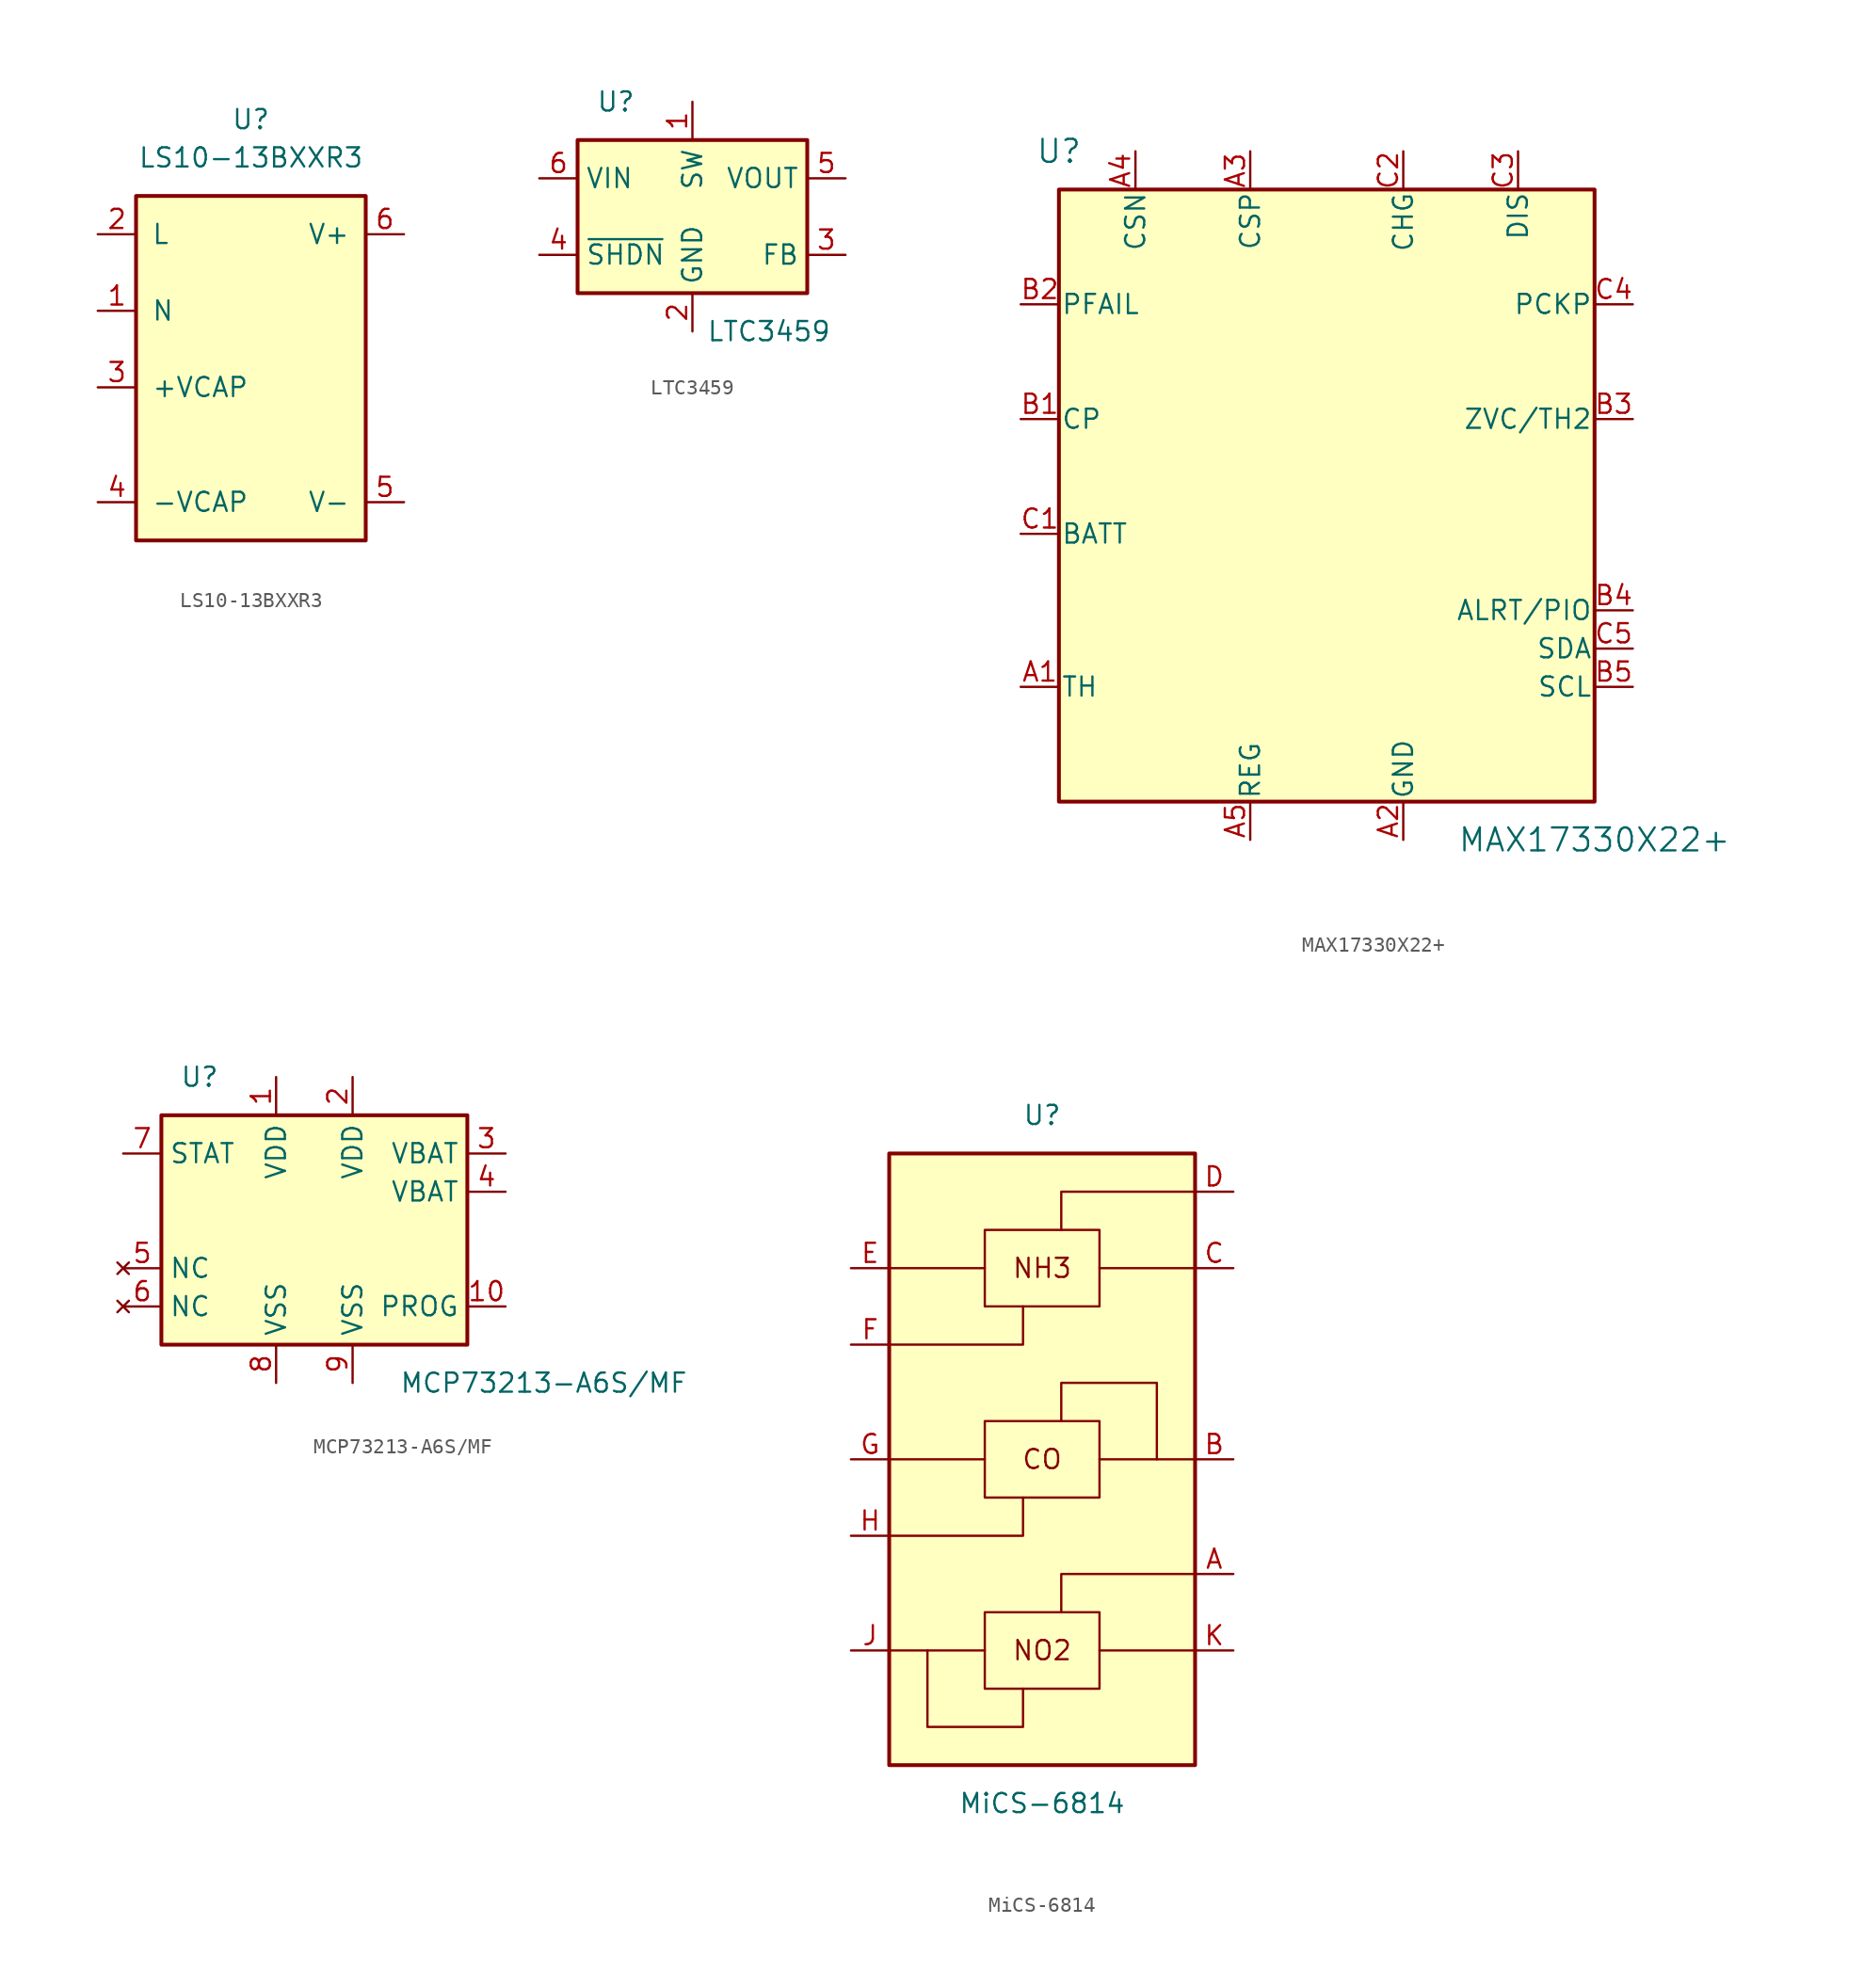
<source format=kicad_sym>
(kicad_symbol_lib
  (version 20231120)
  (generator "kicad_symbol_editor")
  (generator_version "8.0")
  (symbol "LS10-13BXXR3"
    (pin_names
      (offset 1.016))
    (property "Reference" "U"
      (at 0 16.51 0)
      (effects (font (size 1.27 1.27))))
    (property "Value" "LS10-13BXXR3"
      (at 0 13.97 0)
      (effects (font (size 1.27 1.27))))
    (symbol "LS10-13BXXR3_1_1"
      (rectangle (start -7.62 11.43) (end 7.62 -11.43) (stroke (width 0.254) (type default)) (fill (type background)))
      (pin power_in line (at -10.16 3.81 0) (length 2.54) (name "N" (effects (font (size 1.27 1.27)))) (number "1" (effects (font (size 1.27 1.27)))))
      (pin power_in line (at -10.16 8.89 0) (length 2.54) (name "L" (effects (font (size 1.27 1.27)))) (number "2" (effects (font (size 1.27 1.27)))))
      (pin passive line (at -10.16 -1.27 0) (length 2.54) (name "+VCAP" (effects (font (size 1.27 1.27)))) (number "3" (effects (font (size 1.27 1.27)))))
      (pin passive line (at -10.16 -8.89 0) (length 2.54) (name "-VCAP" (effects (font (size 1.27 1.27)))) (number "4" (effects (font (size 1.27 1.27)))))
      (pin power_out line (at 10.16 -8.89 180) (length 2.54) (name "V-" (effects (font (size 1.27 1.27)))) (number "5" (effects (font (size 1.27 1.27)))))
      (pin power_out line (at 10.16 8.89 180) (length 2.54) (name "V+" (effects (font (size 1.27 1.27)))) (number "6" (effects (font (size 1.27 1.27)))))))
  (symbol "LTC3459"
    (property "Reference" "U"
      (at -5.08 7.62 0)
      (effects (font (size 1.27 1.27))))
    (property "Value" "LTC3459"
      (at 5.08 -7.62 0)
      (effects (font (size 1.27 1.27))))
    (symbol "LTC3459_1_1"
      (rectangle (start -7.62 5.08) (end 7.62 -5.08) (stroke (width 0.254) (type default)) (fill (type background)))
      (pin input line (at 0 7.62 270) (length 2.54) (name "SW" (effects (font (size 1.27 1.27)))) (number "1" (effects (font (size 1.27 1.27)))))
      (pin power_in line (at 0 -7.62 90) (length 2.54) (name "GND" (effects (font (size 1.27 1.27)))) (number "2" (effects (font (size 1.27 1.27)))))
      (pin input line (at 10.16 -2.54 180) (length 2.54) (name "FB" (effects (font (size 1.27 1.27)))) (number "3" (effects (font (size 1.27 1.27)))))
      (pin input line (at -10.16 -2.54 0) (length 2.54) (name "~{SHDN}" (effects (font (size 1.27 1.27)))) (number "4" (effects (font (size 1.27 1.27)))))
      (pin power_out line (at 10.16 2.54 180) (length 2.54) (name "VOUT" (effects (font (size 1.27 1.27)))) (number "5" (effects (font (size 1.27 1.27)))))
      (pin power_in line (at -10.16 2.54 0) (length 2.54) (name "VIN" (effects (font (size 1.27 1.27)))) (number "6" (effects (font (size 1.27 1.27)))))))
  (symbol "MAX17330X22+"
    (pin_names
      (offset 0.127))
    (property "Reference" "U"
      (at -17.78 25.4 0)
      (effects (font (size 1.524 1.524))))
    (property "Value" "MAX17330X22+"
      (at 17.78 -20.32 0)
      (effects (font (size 1.524 1.524))))
    (symbol "MAX17330X22+_1_1"
      (rectangle (start -17.78 22.86) (end 17.78 -17.78) (stroke (width 0.254) (type default)) (fill (type background)))
      (pin unspecified line (at -20.32 -10.16 0) (length 2.54) (name "TH" (effects (font (size 1.27 1.27)))) (number "A1" (effects (font (size 1.27 1.27)))))
      (pin power_in line (at 5.08 -20.32 90) (length 2.54) (name "GND" (effects (font (size 1.27 1.27)))) (number "A2" (effects (font (size 1.27 1.27)))))
      (pin input line (at -5.08 25.4 270) (length 2.54) (name "CSP" (effects (font (size 1.27 1.27)))) (number "A3" (effects (font (size 1.27 1.27)))))
      (pin input line (at -12.7 25.4 270) (length 2.54) (name "CSN" (effects (font (size 1.27 1.27)))) (number "A4" (effects (font (size 1.27 1.27)))))
      (pin power_in line (at -5.08 -20.32 90) (length 2.54) (name "REG" (effects (font (size 1.27 1.27)))) (number "A5" (effects (font (size 1.27 1.27)))))
      (pin output line (at -20.32 7.62 0) (length 2.54) (name "CP" (effects (font (size 1.27 1.27)))) (number "B1" (effects (font (size 1.27 1.27)))))
      (pin unspecified line (at -20.32 15.24 0) (length 2.54) (name "PFAIL" (effects (font (size 1.27 1.27)))) (number "B2" (effects (font (size 1.27 1.27)))))
      (pin input line (at 20.32 7.62 180) (length 2.54) (name "ZVC/TH2" (effects (font (size 1.27 1.27)))) (number "B3" (effects (font (size 1.27 1.27)))))
      (pin output line (at 20.32 -5.08 180) (length 2.54) (name "ALRT/PIO" (effects (font (size 1.27 1.27)))) (number "B4" (effects (font (size 1.27 1.27)))))
      (pin input line (at 20.32 -10.16 180) (length 2.54) (name "SCL" (effects (font (size 1.27 1.27)))) (number "B5" (effects (font (size 1.27 1.27)))))
      (pin power_in line (at -20.32 0 0) (length 2.54) (name "BATT" (effects (font (size 1.27 1.27)))) (number "C1" (effects (font (size 1.27 1.27)))))
      (pin unspecified line (at 5.08 25.4 270) (length 2.54) (name "CHG" (effects (font (size 1.27 1.27)))) (number "C2" (effects (font (size 1.27 1.27)))))
      (pin unspecified line (at 12.7 25.4 270) (length 2.54) (name "DIS" (effects (font (size 1.27 1.27)))) (number "C3" (effects (font (size 1.27 1.27)))))
      (pin unspecified line (at 20.32 15.24 180) (length 2.54) (name "PCKP" (effects (font (size 1.27 1.27)))) (number "C4" (effects (font (size 1.27 1.27)))))
      (pin bidirectional line (at 20.32 -7.62 180) (length 2.54) (name "SDA" (effects (font (size 1.27 1.27)))) (number "C5" (effects (font (size 1.27 1.27)))))))
  (symbol "MCP73213-A6S/MF"
    (property "Reference" "U"
      (at -7.62 10.16 0)
      (effects (font (size 1.27 1.27))))
    (property "Value" "MCP73213-A6S{slash}MF"
      (at 15.24 -10.16 0)
      (effects (font (size 1.27 1.27))))
    (symbol "MCP73213-A6S/MF_1_1"
      (rectangle (start -10.16 7.62) (end 10.16 -7.62) (stroke (width 0.254) (type default)) (fill (type background)))
      (pin power_in line (at -2.54 10.16 270) (length 2.54) (name "VDD" (effects (font (size 1.27 1.27)))) (number "1" (effects (font (size 1.27 1.27)))))
      (pin input line (at 12.7 -5.08 180) (length 2.54) (name "PROG" (effects (font (size 1.27 1.27)))) (number "10" (effects (font (size 1.27 1.27)))))
      (pin input line (at -2.54 -10.16 90) (length 2.54) hide (name "TP" (effects (font (size 1.27 1.27)))) (number "11" (effects (font (size 1.27 1.27)))))
      (pin power_in line (at 2.54 10.16 270) (length 2.54) (name "VDD" (effects (font (size 1.27 1.27)))) (number "2" (effects (font (size 1.27 1.27)))))
      (pin power_out line (at 12.7 5.08 180) (length 2.54) (name "VBAT" (effects (font (size 1.27 1.27)))) (number "3" (effects (font (size 1.27 1.27)))))
      (pin power_out line (at 12.7 2.54 180) (length 2.54) (name "VBAT" (effects (font (size 1.27 1.27)))) (number "4" (effects (font (size 1.27 1.27)))))
      (pin no_connect line (at -12.7 -2.54 0) (length 2.54) (name "NC" (effects (font (size 1.27 1.27)))) (number "5" (effects (font (size 1.27 1.27)))))
      (pin no_connect line (at -12.7 -5.08 0) (length 2.54) (name "NC" (effects (font (size 1.27 1.27)))) (number "6" (effects (font (size 1.27 1.27)))))
      (pin output line (at -12.7 5.08 0) (length 2.54) (name "STAT" (effects (font (size 1.27 1.27)))) (number "7" (effects (font (size 1.27 1.27)))))
      (pin power_in line (at -2.54 -10.16 90) (length 2.54) (name "VSS" (effects (font (size 1.27 1.27)))) (number "8" (effects (font (size 1.27 1.27)))))
      (pin power_in line (at 2.54 -10.16 90) (length 2.54) (name "VSS" (effects (font (size 1.27 1.27)))) (number "9" (effects (font (size 1.27 1.27)))))))
  (symbol "MiCS-6814"
    (pin_names
      (offset 1.016))
    (property "Reference" "U"
      (at 0 22.86 0)
      (effects (font (size 1.27 1.27))))
    (property "Value" "MiCS-6814"
      (at 0 -22.86 0)
      (effects (font (size 1.27 1.27))))
    (symbol "MiCS-6814_0_0"
      (rectangle (start -3.81 -10.16) (end 3.81 -15.24) (stroke (width 0) (type default)) (fill (type none)))
      (rectangle (start -3.81 2.54) (end 3.81 -2.54) (stroke (width 0) (type default)) (fill (type none)))
      (polyline (pts (xy -10.16 -12.7) (xy -3.81 -12.7)) (stroke (width 0) (type default)) (fill (type none)))
      (polyline (pts (xy -10.16 0) (xy -3.81 0)) (stroke (width 0) (type default)) (fill (type none)))
      (polyline (pts (xy -10.16 12.7) (xy -3.81 12.7)) (stroke (width 0) (type default)) (fill (type none)))
      (polyline (pts (xy 10.16 -12.7) (xy 3.81 -12.7)) (stroke (width 0) (type default)) (fill (type none)))
      (polyline (pts (xy 10.16 0) (xy 3.81 0)) (stroke (width 0) (type default)) (fill (type none)))
      (polyline (pts (xy 10.16 12.7) (xy 3.81 12.7)) (stroke (width 0) (type default)) (fill (type none)))
      (polyline (pts (xy -10.16 -5.08) (xy -1.27 -5.08) (xy -1.27 -2.54)) (stroke (width 0) (type default)) (fill (type none)))
      (polyline (pts (xy 10.16 -7.62) (xy 1.27 -7.62) (xy 1.27 -10.16)) (stroke (width 0) (type default)) (fill (type none)))
      (polyline (pts (xy 10.16 17.78) (xy 1.27 17.78) (xy 1.27 15.24)) (stroke (width 0) (type default)) (fill (type none)))
      (polyline (pts (xy -10.16 7.62) (xy -1.27 7.62) (xy -1.27 8.89) (xy -1.27 10.16)) (stroke (width 0) (type default)) (fill (type none)))
      (polyline (pts (xy -1.27 -15.24) (xy -1.27 -17.78) (xy -7.62 -17.78) (xy -7.62 -15.24) (xy -7.62 -12.7)) (stroke (width 0) (type default)) (fill (type none)))
      (polyline (pts (xy 1.27 2.54) (xy 1.27 5.08) (xy 7.62 5.08) (xy 7.62 2.54) (xy 7.62 0)) (stroke (width 0) (type default)) (fill (type none)))
      (rectangle (start 3.81 10.16) (end -3.81 15.24) (stroke (width 0) (type default)) (fill (type none)))
      (text "CO" (at 0 0 0) (effects (font (size 1.27 1.27))))
      (text "NH3" (at 0 12.7 0) (effects (font (size 1.27 1.27))))
      (text "NO2" (at 0 -12.7 0) (effects (font (size 1.27 1.27)))))
    (symbol "MiCS-6814_0_1"
      (rectangle (start 10.16 20.32) (end -10.16 -20.32) (stroke (width 0.254) (type default)) (fill (type background))))
    (symbol "MiCS-6814_1_1"
      (pin input line (at 12.7 -7.62 180) (length 2.54) (name "~" (effects (font (size 1.27 1.27)))) (number "A" (effects (font (size 1.27 1.27)))))
      (pin input line (at 12.7 0 180) (length 2.54) (name "~" (effects (font (size 1.27 1.27)))) (number "B" (effects (font (size 1.27 1.27)))))
      (pin input line (at 12.7 12.7 180) (length 2.54) (name "~" (effects (font (size 1.27 1.27)))) (number "C" (effects (font (size 1.27 1.27)))))
      (pin input line (at 12.7 17.78 180) (length 2.54) (name "~" (effects (font (size 1.27 1.27)))) (number "D" (effects (font (size 1.27 1.27)))))
      (pin input line (at -12.7 12.7 0) (length 2.54) (name "~" (effects (font (size 1.27 1.27)))) (number "E" (effects (font (size 1.27 1.27)))))
      (pin input line (at -12.7 7.62 0) (length 2.54) (name "~" (effects (font (size 1.27 1.27)))) (number "F" (effects (font (size 1.27 1.27)))))
      (pin input line (at -12.7 0 0) (length 2.54) (name "~" (effects (font (size 1.27 1.27)))) (number "G" (effects (font (size 1.27 1.27)))))
      (pin input line (at -12.7 -5.08 0) (length 2.54) (name "~" (effects (font (size 1.27 1.27)))) (number "H" (effects (font (size 1.27 1.27)))))
      (pin input line (at -12.7 -12.7 0) (length 2.54) (name "~" (effects (font (size 1.27 1.27)))) (number "J" (effects (font (size 1.27 1.27)))))
      (pin input line (at 12.7 -12.7 180) (length 2.54) (name "~" (effects (font (size 1.27 1.27)))) (number "K" (effects (font (size 1.27 1.27))))))))
</source>
